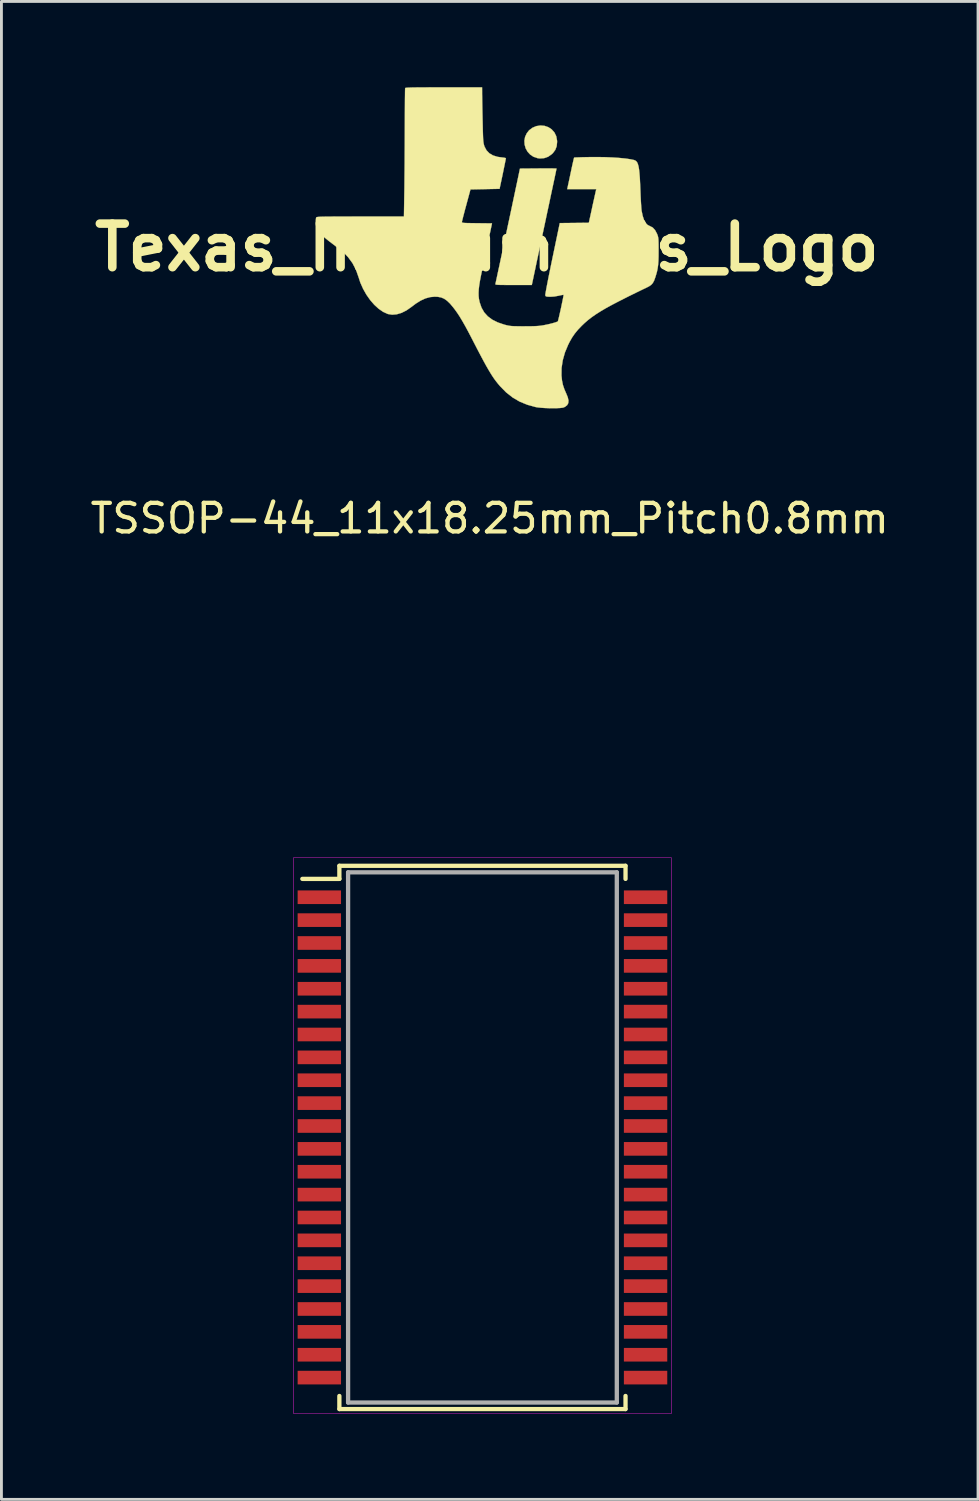
<source format=kicad_pcb>
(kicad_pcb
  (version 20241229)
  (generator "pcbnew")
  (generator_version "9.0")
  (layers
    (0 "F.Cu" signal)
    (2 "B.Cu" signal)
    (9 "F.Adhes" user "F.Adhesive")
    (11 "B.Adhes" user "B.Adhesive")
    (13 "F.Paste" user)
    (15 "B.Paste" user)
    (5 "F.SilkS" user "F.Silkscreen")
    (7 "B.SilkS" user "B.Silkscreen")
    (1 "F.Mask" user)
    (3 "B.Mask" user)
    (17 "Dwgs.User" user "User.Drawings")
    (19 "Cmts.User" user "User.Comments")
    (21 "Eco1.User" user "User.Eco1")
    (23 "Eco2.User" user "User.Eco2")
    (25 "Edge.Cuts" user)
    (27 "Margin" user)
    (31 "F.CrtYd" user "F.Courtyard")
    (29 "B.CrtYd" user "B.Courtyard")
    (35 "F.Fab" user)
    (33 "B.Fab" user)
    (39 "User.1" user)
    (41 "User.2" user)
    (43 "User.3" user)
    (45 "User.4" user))
  (footprint "TSSOP-44_11x18.25mm_Pitch0.8mm"
    (layer "F.Cu")
    (at 13.823 36.73)
    (property "Reference" "TSSOP-44_11x18.25mm_Pitch0.8mm" (at 0.254 -21.649 0) (layer "F.SilkS") (effects (font (size 1 1) (thickness 0.15))))
    (attr through_hole)
    (fp_line (start -5.004 -9.5) (end -5.004 -9.042) (stroke (width 0.15) (type solid)) (layer "F.SilkS"))
    (fp_line (start -5.004 -9.042) (end -6.299 -9.042) (stroke (width 0.15) (type solid)) (layer "F.SilkS"))
    (fp_line (start -5.004 9.042) (end -5.004 9.5) (stroke (width 0.15) (type solid)) (layer "F.SilkS"))
    (fp_line (start -5 -9.5) (end 5 -9.5) (stroke (width 0.15) (type solid)) (layer "F.SilkS"))
    (fp_line (start 5 9.5) (end -5 9.5) (stroke (width 0.15) (type solid)) (layer "F.SilkS"))
    (fp_line (start 5.004 -9.5) (end 5.004 -9.042) (stroke (width 0.15) (type solid)) (layer "F.SilkS"))
    (fp_line (start 5.004 9.042) (end 5.004 9.5) (stroke (width 0.15) (type solid)) (layer "F.SilkS"))
    (fp_line (start -6.604 -9.779) (end 6.604 -9.779) (stroke (width 0.015) (type solid)) (layer "F.CrtYd"))
    (fp_line (start -6.604 9.652) (end -6.604 -9.779) (stroke (width 0.015) (type solid)) (layer "F.CrtYd"))
    (fp_line (start 6.604 -9.779) (end 6.604 9.652) (stroke (width 0.015) (type solid)) (layer "F.CrtYd"))
    (fp_line (start 6.604 9.652) (end -6.604 9.652) (stroke (width 0.015) (type solid)) (layer "F.CrtYd"))
    (fp_line (start -4.699 -9.271) (end 4.699 -9.271) (stroke (width 0.15) (type solid)) (layer "F.Fab"))
    (fp_line (start -4.699 9.271) (end -4.699 -9.271) (stroke (width 0.15) (type solid)) (layer "F.Fab"))
    (fp_line (start 4.699 -9.271) (end 4.699 9.271) (stroke (width 0.15) (type solid)) (layer "F.Fab"))
    (fp_line (start 4.699 9.271) (end -4.699 9.271) (stroke (width 0.15) (type solid)) (layer "F.Fab"))
    (pad "1" smd rect (at -5.705 -8.4) (size 1.517 0.477) (layers "F.Cu" "F.Mask" "F.Paste"))
    (pad "2" smd rect (at -5.705 -7.6) (size 1.517 0.477) (layers "F.Cu" "F.Mask" "F.Paste"))
    (pad "3" smd rect (at -5.705 -6.8) (size 1.517 0.477) (layers "F.Cu" "F.Mask" "F.Paste"))
    (pad "4" smd rect (at -5.705 -6) (size 1.517 0.477) (layers "F.Cu" "F.Mask" "F.Paste"))
    (pad "5" smd rect (at -5.705 -5.2) (size 1.517 0.477) (layers "F.Cu" "F.Mask" "F.Paste"))
    (pad "6" smd rect (at -5.705 -4.4) (size 1.517 0.477) (layers "F.Cu" "F.Mask" "F.Paste"))
    (pad "7" smd rect (at -5.705 -3.6) (size 1.517 0.477) (layers "F.Cu" "F.Mask" "F.Paste"))
    (pad "8" smd rect (at -5.705 -2.8) (size 1.517 0.477) (layers "F.Cu" "F.Mask" "F.Paste"))
    (pad "9" smd rect (at -5.705 -2) (size 1.517 0.477) (layers "F.Cu" "F.Mask" "F.Paste"))
    (pad "10" smd rect (at -5.705 -1.2) (size 1.517 0.477) (layers "F.Cu" "F.Mask" "F.Paste"))
    (pad "11" smd rect (at -5.705 -0.4) (size 1.517 0.477) (layers "F.Cu" "F.Mask" "F.Paste"))
    (pad "12" smd rect (at -5.705 0.4) (size 1.517 0.477) (layers "F.Cu" "F.Mask" "F.Paste"))
    (pad "13" smd rect (at -5.705 1.2) (size 1.517 0.477) (layers "F.Cu" "F.Mask" "F.Paste"))
    (pad "14" smd rect (at -5.705 2) (size 1.517 0.477) (layers "F.Cu" "F.Mask" "F.Paste"))
    (pad "15" smd rect (at -5.705 2.8) (size 1.517 0.477) (layers "F.Cu" "F.Mask" "F.Paste"))
    (pad "16" smd rect (at -5.705 3.6) (size 1.517 0.477) (layers "F.Cu" "F.Mask" "F.Paste"))
    (pad "17" smd rect (at -5.705 4.4) (size 1.517 0.477) (layers "F.Cu" "F.Mask" "F.Paste"))
    (pad "18" smd rect (at -5.705 5.2) (size 1.517 0.477) (layers "F.Cu" "F.Mask" "F.Paste"))
    (pad "19" smd rect (at -5.705 6) (size 1.517 0.477) (layers "F.Cu" "F.Mask" "F.Paste"))
    (pad "20" smd rect (at -5.705 6.8) (size 1.517 0.477) (layers "F.Cu" "F.Mask" "F.Paste"))
    (pad "21" smd rect (at -5.705 7.6) (size 1.517 0.477) (layers "F.Cu" "F.Mask" "F.Paste"))
    (pad "22" smd rect (at -5.705 8.4) (size 1.517 0.477) (layers "F.Cu" "F.Mask" "F.Paste"))
    (pad "23" smd rect (at 5.705 8.4) (size 1.517 0.477) (layers "F.Cu" "F.Mask" "F.Paste"))
    (pad "24" smd rect (at 5.705 7.6) (size 1.517 0.477) (layers "F.Cu" "F.Mask" "F.Paste"))
    (pad "25" smd rect (at 5.705 6.8) (size 1.517 0.477) (layers "F.Cu" "F.Mask" "F.Paste"))
    (pad "26" smd rect (at 5.705 6) (size 1.517 0.477) (layers "F.Cu" "F.Mask" "F.Paste"))
    (pad "27" smd rect (at 5.705 5.2) (size 1.517 0.477) (layers "F.Cu" "F.Mask" "F.Paste"))
    (pad "28" smd rect (at 5.705 4.4) (size 1.517 0.477) (layers "F.Cu" "F.Mask" "F.Paste"))
    (pad "29" smd rect (at 5.705 3.6) (size 1.517 0.477) (layers "F.Cu" "F.Mask" "F.Paste"))
    (pad "30" smd rect (at 5.705 2.8) (size 1.517 0.477) (layers "F.Cu" "F.Mask" "F.Paste"))
    (pad "31" smd rect (at 5.705 2) (size 1.517 0.477) (layers "F.Cu" "F.Mask" "F.Paste"))
    (pad "32" smd rect (at 5.705 1.2) (size 1.517 0.477) (layers "F.Cu" "F.Mask" "F.Paste"))
    (pad "33" smd rect (at 5.705 0.4) (size 1.517 0.477) (layers "F.Cu" "F.Mask" "F.Paste"))
    (pad "34" smd rect (at 5.705 -0.4) (size 1.517 0.477) (layers "F.Cu" "F.Mask" "F.Paste"))
    (pad "35" smd rect (at 5.705 -1.2) (size 1.517 0.477) (layers "F.Cu" "F.Mask" "F.Paste"))
    (pad "36" smd rect (at 5.705 -2) (size 1.517 0.477) (layers "F.Cu" "F.Mask" "F.Paste"))
    (pad "37" smd rect (at 5.705 -2.8) (size 1.517 0.477) (layers "F.Cu" "F.Mask" "F.Paste"))
    (pad "38" smd rect (at 5.705 -3.6) (size 1.517 0.477) (layers "F.Cu" "F.Mask" "F.Paste"))
    (pad "39" smd rect (at 5.705 -4.4) (size 1.517 0.477) (layers "F.Cu" "F.Mask" "F.Paste"))
    (pad "40" smd rect (at 5.705 -5.2) (size 1.517 0.477) (layers "F.Cu" "F.Mask" "F.Paste"))
    (pad "41" smd rect (at 5.705 -6) (size 1.517 0.477) (layers "F.Cu" "F.Mask" "F.Paste"))
    (pad "42" smd rect (at 5.705 -6.8) (size 1.517 0.477) (layers "F.Cu" "F.Mask" "F.Paste"))
    (pad "43" smd rect (at 5.705 -7.6) (size 1.517 0.477) (layers "F.Cu" "F.Mask" "F.Paste"))
    (pad "44" smd rect (at 5.705 -8.4) (size 1.517 0.477) (layers "F.Cu" "F.Mask" "F.Paste")))
  (footprint "Texas_Instruments_Logo"
    (layer "F.Cu")
    (at 13.977 5.605)
    (property "Reference" "Texas_Instruments_Logo" (at 0 0 0) (layer "F.SilkS") (effects (font (size 1.524 1.524) (thickness 0.3))))
    (attr through_hole)
    (fp_poly (pts (xy 2.015 -4.254) (xy 2.151 -4.207) (xy 2.265 -4.132) (xy 2.364 -4.022) (xy 2.427 -3.891) (xy 2.455 -3.739) (xy 2.457 -3.691) (xy 2.442 -3.541) (xy 2.394 -3.414) (xy 2.311 -3.302) (xy 2.271 -3.263) (xy 2.144 -3.174) (xy 2.003 -3.124) (xy 1.852 -3.114) (xy 1.773 -3.124) (xy 1.633 -3.171) (xy 1.517 -3.248) (xy 1.424 -3.349) (xy 1.358 -3.467) (xy 1.321 -3.597) (xy 1.313 -3.732) (xy 1.337 -3.867) (xy 1.396 -3.994) (xy 1.477 -4.098) (xy 1.595 -4.187) (xy 1.729 -4.244) (xy 1.871 -4.266) (xy 2.015 -4.254)) (stroke (width 0.01) (type solid)) (fill yes) (layer "F.SilkS"))
    (fp_poly (pts (xy 2.224 -2.765) (xy 2.324 -2.764) (xy 2.395 -2.762) (xy 2.432 -2.76) (xy 2.436 -2.759) (xy 2.432 -2.736) (xy 2.42 -2.679) (xy 2.403 -2.595) (xy 2.381 -2.492) (xy 2.364 -2.41) (xy 2.324 -2.224) (xy 2.278 -2.009) (xy 2.227 -1.77) (xy 2.173 -1.513) (xy 2.115 -1.244) (xy 2.057 -0.969) (xy 1.998 -0.692) (xy 1.94 -0.421) (xy 1.885 -0.161) (xy 1.833 0.084) (xy 1.786 0.305) (xy 1.744 0.499) (xy 1.71 0.66) (xy 1.704 0.692) (xy 1.572 1.312) (xy 0.93 1.312) (xy 0.75 1.312) (xy 0.607 1.311) (xy 0.497 1.31) (xy 0.416 1.308) (xy 0.36 1.304) (xy 0.325 1.3) (xy 0.306 1.294) (xy 0.299 1.285) (xy 0.299 1.275) (xy 0.305 1.25) (xy 0.319 1.186) (xy 0.341 1.086) (xy 0.369 0.953) (xy 0.404 0.789) (xy 0.446 0.597) (xy 0.492 0.378) (xy 0.544 0.136) (xy 0.6 -0.128) (xy 0.66 -0.41) (xy 0.723 -0.708) (xy 0.79 -1.021) (xy 0.859 -1.345) (xy 0.929 -1.677) (xy 1.001 -2.017) (xy 1.074 -2.36) (xy 1.081 -2.394) (xy 1.158 -2.759) (xy 1.797 -2.764) (xy 1.955 -2.765) (xy 2.099 -2.765) (xy 2.224 -2.765)) (stroke (width 0.01) (type solid)) (fill yes) (layer "F.SilkS"))
    (fp_poly (pts (xy -0.166 -5.45) (xy -0.166 -5.37) (xy -0.164 -5.256) (xy -0.162 -5.115) (xy -0.159 -4.954) (xy -0.156 -4.78) (xy -0.152 -4.601) (xy -0.148 -4.424) (xy -0.144 -4.256) (xy -0.141 -4.104) (xy -0.137 -3.976) (xy -0.136 -3.944) (xy -0.131 -3.813) (xy -0.123 -3.713) (xy -0.112 -3.636) (xy -0.096 -3.571) (xy -0.082 -3.53) (xy -0.013 -3.399) (xy 0.085 -3.296) (xy 0.213 -3.22) (xy 0.373 -3.17) (xy 0.512 -3.151) (xy 0.586 -3.142) (xy 0.641 -3.132) (xy 0.666 -3.122) (xy 0.666 -3.121) (xy 0.662 -3.096) (xy 0.65 -3.037) (xy 0.632 -2.947) (xy 0.609 -2.834) (xy 0.582 -2.702) (xy 0.552 -2.556) (xy 0.52 -2.404) (xy 0.487 -2.249) (xy 0.471 -2.176) (xy 0.445 -2.051) (xy -0.573 -2.03) (xy -0.722 -1.478) (xy -0.762 -1.332) (xy -0.797 -1.197) (xy -0.828 -1.08) (xy -0.851 -0.987) (xy -0.867 -0.922) (xy -0.873 -0.891) (xy -0.873 -0.89) (xy -0.871 -0.879) (xy -0.86 -0.871) (xy -0.835 -0.864) (xy -0.792 -0.859) (xy -0.726 -0.855) (xy -0.633 -0.853) (xy -0.507 -0.851) (xy -0.347 -0.849) (xy 0.18 -0.843) (xy 0.07 -0.323) (xy 0.032 -0.145) (xy -0.011 0.059) (xy -0.057 0.274) (xy -0.102 0.487) (xy -0.144 0.683) (xy -0.158 0.75) (xy -0.205 0.976) (xy -0.242 1.168) (xy -0.268 1.331) (xy -0.284 1.47) (xy -0.29 1.591) (xy -0.288 1.698) (xy -0.277 1.798) (xy -0.257 1.895) (xy -0.252 1.916) (xy -0.187 2.105) (xy -0.093 2.269) (xy 0.032 2.408) (xy 0.189 2.525) (xy 0.381 2.621) (xy 0.608 2.698) (xy 0.62 2.701) (xy 0.688 2.719) (xy 0.748 2.732) (xy 0.808 2.742) (xy 0.875 2.749) (xy 0.956 2.753) (xy 1.06 2.755) (xy 1.192 2.757) (xy 1.301 2.757) (xy 1.477 2.756) (xy 1.618 2.754) (xy 1.734 2.749) (xy 1.831 2.742) (xy 1.918 2.731) (xy 1.988 2.719) (xy 2.099 2.697) (xy 2.21 2.672) (xy 2.312 2.645) (xy 2.398 2.62) (xy 2.458 2.598) (xy 2.482 2.585) (xy 2.49 2.562) (xy 2.505 2.505) (xy 2.525 2.422) (xy 2.548 2.32) (xy 2.574 2.206) (xy 2.6 2.087) (xy 2.624 1.97) (xy 2.647 1.862) (xy 2.665 1.77) (xy 2.678 1.7) (xy 2.683 1.662) (xy 2.683 1.656) (xy 2.661 1.657) (xy 2.608 1.666) (xy 2.534 1.682) (xy 2.503 1.689) (xy 2.358 1.715) (xy 2.222 1.724) (xy 2.19 1.724) (xy 2.116 1.719) (xy 2.073 1.712) (xy 2.053 1.697) (xy 2.044 1.672) (xy 2.043 1.666) (xy 2.046 1.636) (xy 2.057 1.57) (xy 2.075 1.47) (xy 2.099 1.341) (xy 2.129 1.186) (xy 2.164 1.008) (xy 2.204 0.813) (xy 2.247 0.602) (xy 2.293 0.38) (xy 2.55 -0.853) (xy 3.567 -0.864) (xy 3.665 -1.312) (xy 3.695 -1.453) (xy 3.725 -1.589) (xy 3.753 -1.713) (xy 3.775 -1.815) (xy 3.792 -1.887) (xy 3.794 -1.9) (xy 3.827 -2.04) (xy 2.81 -2.04) (xy 2.821 -2.087) (xy 2.828 -2.12) (xy 2.842 -2.188) (xy 2.863 -2.283) (xy 2.888 -2.401) (xy 2.916 -2.535) (xy 2.937 -2.633) (xy 2.966 -2.772) (xy 2.993 -2.896) (xy 3.017 -3.001) (xy 3.035 -3.081) (xy 3.048 -3.13) (xy 3.052 -3.143) (xy 3.075 -3.146) (xy 3.134 -3.149) (xy 3.223 -3.152) (xy 3.337 -3.156) (xy 3.47 -3.159) (xy 3.6 -3.161) (xy 3.878 -3.162) (xy 4.146 -3.158) (xy 4.398 -3.147) (xy 4.63 -3.132) (xy 4.836 -3.112) (xy 5.012 -3.087) (xy 5.146 -3.059) (xy 5.189 -3.042) (xy 5.226 -3.015) (xy 5.258 -2.973) (xy 5.283 -2.914) (xy 5.305 -2.834) (xy 5.323 -2.729) (xy 5.337 -2.597) (xy 5.35 -2.433) (xy 5.36 -2.235) (xy 5.37 -1.998) (xy 5.371 -1.978) (xy 5.377 -1.82) (xy 5.384 -1.67) (xy 5.392 -1.533) (xy 5.4 -1.418) (xy 5.407 -1.331) (xy 5.413 -1.28) (xy 5.45 -1.105) (xy 5.495 -0.967) (xy 5.55 -0.864) (xy 5.617 -0.792) (xy 5.697 -0.75) (xy 5.707 -0.746) (xy 5.802 -0.696) (xy 5.883 -0.607) (xy 5.952 -0.478) (xy 5.957 -0.465) (xy 5.973 -0.423) (xy 5.985 -0.382) (xy 5.994 -0.337) (xy 6 -0.28) (xy 6.003 -0.205) (xy 6.005 -0.105) (xy 6.006 0.026) (xy 6.006 0.115) (xy 6.005 0.308) (xy 6 0.469) (xy 5.99 0.605) (xy 5.974 0.726) (xy 5.951 0.84) (xy 5.919 0.955) (xy 5.889 1.051) (xy 5.848 1.163) (xy 5.803 1.245) (xy 5.747 1.308) (xy 5.669 1.361) (xy 5.56 1.416) (xy 5.554 1.419) (xy 5.481 1.453) (xy 5.378 1.503) (xy 5.254 1.563) (xy 5.116 1.631) (xy 4.971 1.702) (xy 4.872 1.752) (xy 4.598 1.891) (xy 4.359 2.016) (xy 4.15 2.131) (xy 3.968 2.239) (xy 3.809 2.34) (xy 3.667 2.439) (xy 3.541 2.537) (xy 3.424 2.638) (xy 3.32 2.737) (xy 3.185 2.878) (xy 3.076 3.011) (xy 2.981 3.149) (xy 2.892 3.306) (xy 2.843 3.404) (xy 2.731 3.672) (xy 2.654 3.945) (xy 2.613 4.216) (xy 2.61 4.476) (xy 2.628 4.652) (xy 2.66 4.808) (xy 2.712 4.962) (xy 2.773 5.101) (xy 2.829 5.238) (xy 2.855 5.351) (xy 2.848 5.441) (xy 2.81 5.513) (xy 2.739 5.569) (xy 2.692 5.593) (xy 2.637 5.606) (xy 2.549 5.615) (xy 2.437 5.62) (xy 2.307 5.622) (xy 2.17 5.62) (xy 2.032 5.615) (xy 1.902 5.606) (xy 1.789 5.594) (xy 1.707 5.581) (xy 1.414 5.5) (xy 1.146 5.39) (xy 0.901 5.246) (xy 0.674 5.067) (xy 0.461 4.85) (xy 0.445 4.831) (xy 0.379 4.753) (xy 0.317 4.674) (xy 0.255 4.59) (xy 0.192 4.497) (xy 0.126 4.392) (xy 0.054 4.272) (xy -0.025 4.134) (xy -0.113 3.974) (xy -0.212 3.788) (xy -0.325 3.573) (xy -0.452 3.327) (xy -0.528 3.179) (xy -0.65 2.945) (xy -0.759 2.744) (xy -0.857 2.572) (xy -0.947 2.422) (xy -1.033 2.29) (xy -1.118 2.172) (xy -1.174 2.099) (xy -1.287 1.964) (xy -1.391 1.864) (xy -1.492 1.793) (xy -1.597 1.748) (xy -1.713 1.726) (xy -1.822 1.721) (xy -1.984 1.736) (xy -2.145 1.78) (xy -2.31 1.855) (xy -2.484 1.963) (xy -2.636 2.078) (xy -2.81 2.2) (xy -2.983 2.287) (xy -3.151 2.337) (xy -3.311 2.351) (xy -3.46 2.327) (xy -3.472 2.323) (xy -3.629 2.251) (xy -3.785 2.143) (xy -3.937 2.004) (xy -4.081 1.838) (xy -4.213 1.65) (xy -4.328 1.446) (xy -4.424 1.231) (xy -4.486 1.041) (xy -4.577 0.781) (xy -4.7 0.547) (xy -4.855 0.336) (xy -4.963 0.222) (xy -5.015 0.175) (xy -5.093 0.11) (xy -5.187 0.034) (xy -5.291 -0.047) (xy -5.359 -0.099) (xy -5.529 -0.228) (xy -5.665 -0.339) (xy -5.773 -0.437) (xy -5.855 -0.524) (xy -5.913 -0.606) (xy -5.952 -0.685) (xy -5.975 -0.767) (xy -5.983 -0.853) (xy -5.984 -0.874) (xy -5.982 -0.951) (xy -5.977 -1.014) (xy -5.97 -1.046) (xy -5.966 -1.053) (xy -5.956 -1.059) (xy -5.938 -1.064) (xy -5.909 -1.068) (xy -5.866 -1.072) (xy -5.807 -1.075) (xy -5.728 -1.077) (xy -5.627 -1.079) (xy -5.502 -1.08) (xy -5.348 -1.081) (xy -5.164 -1.082) (xy -4.946 -1.082) (xy -4.692 -1.083) (xy -4.428 -1.083) (xy -2.9 -1.083) (xy -2.887 -1.879) (xy -2.884 -2.044) (xy -2.882 -2.245) (xy -2.88 -2.474) (xy -2.877 -2.726) (xy -2.875 -2.994) (xy -2.874 -3.272) (xy -2.872 -3.554) (xy -2.871 -3.832) (xy -2.87 -4.102) (xy -2.87 -4.112) (xy -2.869 -4.353) (xy -2.868 -4.582) (xy -2.867 -4.796) (xy -2.866 -4.991) (xy -2.865 -5.164) (xy -2.863 -5.311) (xy -2.862 -5.429) (xy -2.86 -5.514) (xy -2.858 -5.563) (xy -2.857 -5.574) (xy -2.847 -5.58) (xy -2.819 -5.585) (xy -2.771 -5.589) (xy -2.699 -5.592) (xy -2.603 -5.595) (xy -2.478 -5.597) (xy -2.323 -5.598) (xy -2.136 -5.599) (xy -1.913 -5.6) (xy -1.652 -5.6) (xy -1.507 -5.6) (xy -0.167 -5.6) (xy -0.166 -5.45)) (stroke (width 0.01) (type solid)) (fill yes) (layer "F.SilkS")))
  (gr_rect
    (start -3 -3)
    (end 31.155 49.389)
    (stroke (width 0.1) (type default))
    (fill no)
    (layer "Edge.Cuts")))
</source>
